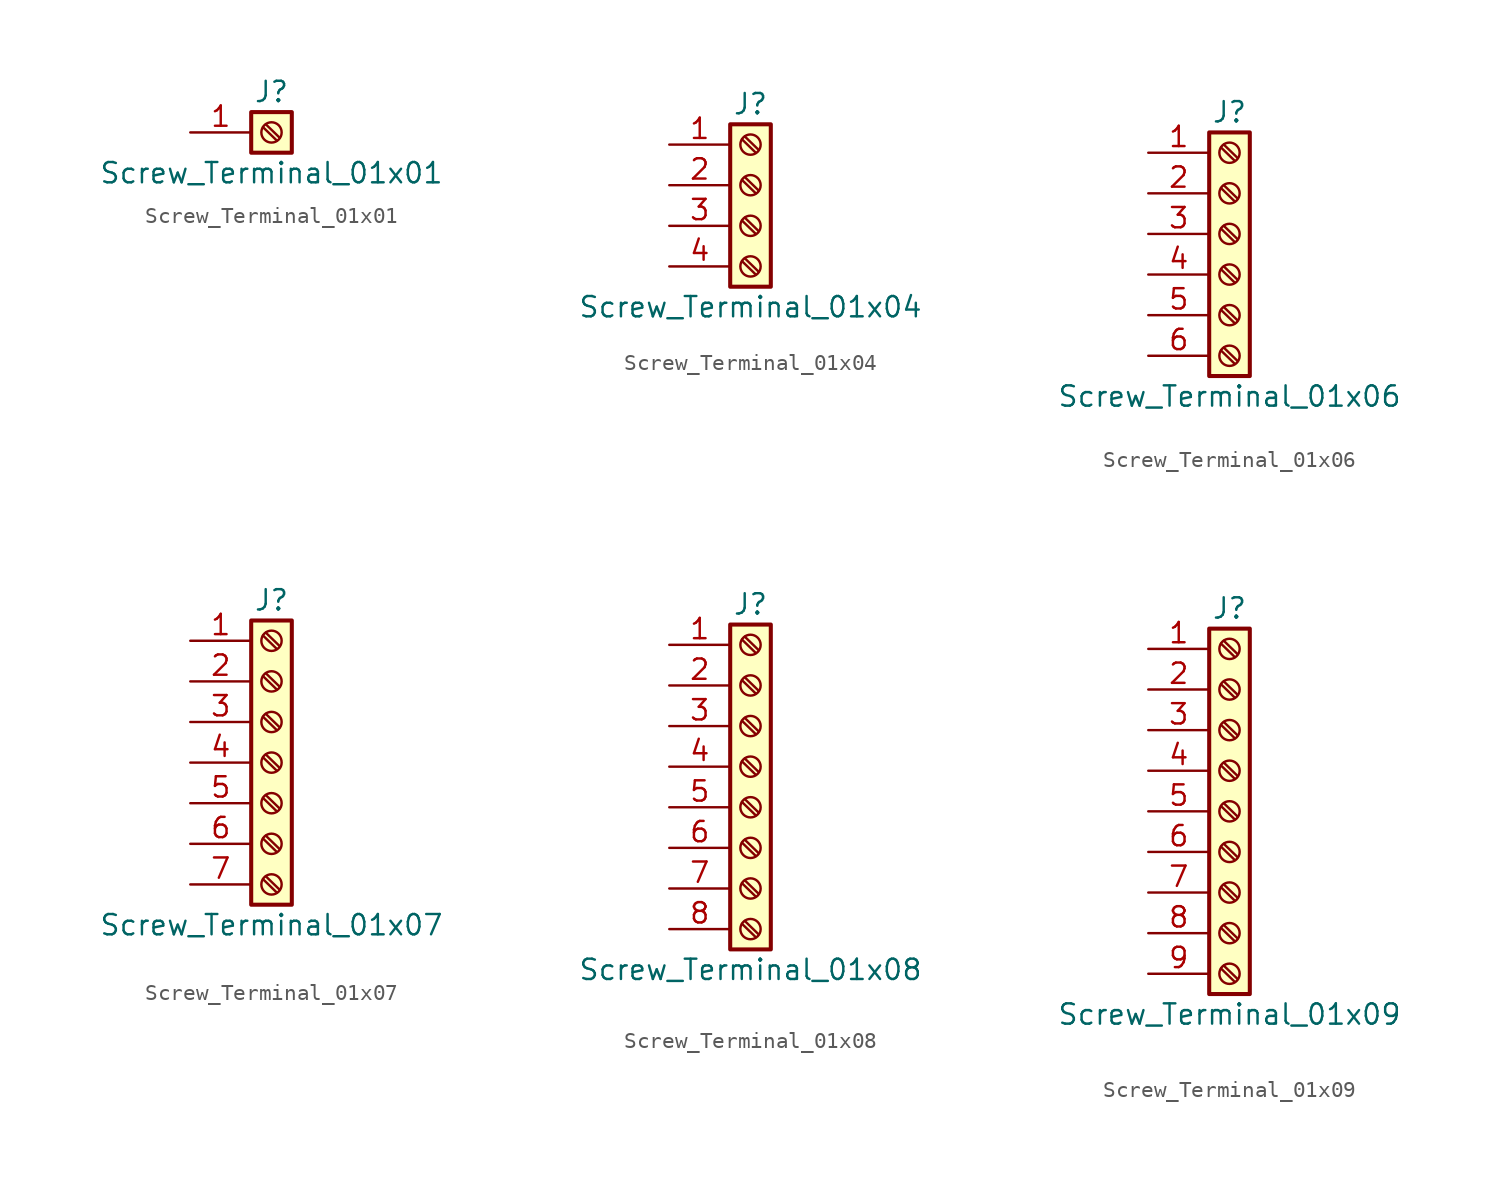
<source format=kicad_sym>
(kicad_symbol_lib
  (version 20201005)
  (generator kicad_symbol_editor)
  (symbol "Screw_Terminal_01x01"
    (pin_names
      (offset 1.016) hide)
    (property "Reference" "J"
      (at 0 2.54 0)
      (effects (font (size 1.27 1.27))))
    (property "Value" "Screw_Terminal_01x01"
      (at 0 -2.54 0)
      (effects (font (size 1.27 1.27))))
    (symbol "Screw_Terminal_01x01_1_1"
      (circle (center 0 0) (radius 0.635) (stroke (width 0.152)) (fill (type none)))
      (rectangle (start -1.27 1.27) (end 1.27 -1.27) (stroke (width 0.254)) (fill (type background)))
      (polyline (pts (xy -0.533 0.33) (xy 0.33 -0.508)) (stroke (width 0.152)) (fill (type none)))
      (polyline (pts (xy -0.356 0.508) (xy 0.508 -0.33)) (stroke (width 0.152)) (fill (type none)))
      (pin passive line (at -5.08 0 0) (length 3.81) (name "Pin_1" (effects (font (size 1.27 1.27)))) (number "1" (effects (font (size 1.27 1.27)))))))
  (symbol "Screw_Terminal_01x04"
    (pin_names
      (offset 1.016) hide)
    (property "Reference" "J"
      (at 0 5.08 0)
      (effects (font (size 1.27 1.27))))
    (property "Value" "Screw_Terminal_01x04"
      (at 0 -7.62 0)
      (effects (font (size 1.27 1.27))))
    (symbol "Screw_Terminal_01x04_1_1"
      (circle (center 0 -5.08) (radius 0.635) (stroke (width 0.152)) (fill (type none)))
      (circle (center 0 -2.54) (radius 0.635) (stroke (width 0.152)) (fill (type none)))
      (circle (center 0 0) (radius 0.635) (stroke (width 0.152)) (fill (type none)))
      (circle (center 0 2.54) (radius 0.635) (stroke (width 0.152)) (fill (type none)))
      (rectangle (start -1.27 3.81) (end 1.27 -6.35) (stroke (width 0.254)) (fill (type background)))
      (polyline (pts (xy -0.533 -4.75) (xy 0.33 -5.588)) (stroke (width 0.152)) (fill (type none)))
      (polyline (pts (xy -0.533 -2.21) (xy 0.33 -3.048)) (stroke (width 0.152)) (fill (type none)))
      (polyline (pts (xy -0.533 0.33) (xy 0.33 -0.508)) (stroke (width 0.152)) (fill (type none)))
      (polyline (pts (xy -0.533 2.87) (xy 0.33 2.032)) (stroke (width 0.152)) (fill (type none)))
      (polyline (pts (xy -0.356 -4.572) (xy 0.508 -5.41)) (stroke (width 0.152)) (fill (type none)))
      (polyline (pts (xy -0.356 -2.032) (xy 0.508 -2.87)) (stroke (width 0.152)) (fill (type none)))
      (polyline (pts (xy -0.356 0.508) (xy 0.508 -0.33)) (stroke (width 0.152)) (fill (type none)))
      (polyline (pts (xy -0.356 3.048) (xy 0.508 2.21)) (stroke (width 0.152)) (fill (type none)))
      (pin passive line (at -5.08 2.54 0) (length 3.81) (name "Pin_1" (effects (font (size 1.27 1.27)))) (number "1" (effects (font (size 1.27 1.27)))))
      (pin passive line (at -5.08 0 0) (length 3.81) (name "Pin_2" (effects (font (size 1.27 1.27)))) (number "2" (effects (font (size 1.27 1.27)))))
      (pin passive line (at -5.08 -2.54 0) (length 3.81) (name "Pin_3" (effects (font (size 1.27 1.27)))) (number "3" (effects (font (size 1.27 1.27)))))
      (pin passive line (at -5.08 -5.08 0) (length 3.81) (name "Pin_4" (effects (font (size 1.27 1.27)))) (number "4" (effects (font (size 1.27 1.27)))))))
  (symbol "Screw_Terminal_01x06"
    (pin_names
      (offset 1.016) hide)
    (property "Reference" "J"
      (at 0 7.62 0)
      (effects (font (size 1.27 1.27))))
    (property "Value" "Screw_Terminal_01x06"
      (at 0 -10.16 0)
      (effects (font (size 1.27 1.27))))
    (symbol "Screw_Terminal_01x06_1_1"
      (circle (center 0 -7.62) (radius 0.635) (stroke (width 0.152)) (fill (type none)))
      (circle (center 0 -5.08) (radius 0.635) (stroke (width 0.152)) (fill (type none)))
      (circle (center 0 -2.54) (radius 0.635) (stroke (width 0.152)) (fill (type none)))
      (circle (center 0 0) (radius 0.635) (stroke (width 0.152)) (fill (type none)))
      (circle (center 0 2.54) (radius 0.635) (stroke (width 0.152)) (fill (type none)))
      (circle (center 0 5.08) (radius 0.635) (stroke (width 0.152)) (fill (type none)))
      (rectangle (start -1.27 6.35) (end 1.27 -8.89) (stroke (width 0.254)) (fill (type background)))
      (polyline (pts (xy -0.533 -7.29) (xy 0.33 -8.128)) (stroke (width 0.152)) (fill (type none)))
      (polyline (pts (xy -0.533 -4.75) (xy 0.33 -5.588)) (stroke (width 0.152)) (fill (type none)))
      (polyline (pts (xy -0.533 -2.21) (xy 0.33 -3.048)) (stroke (width 0.152)) (fill (type none)))
      (polyline (pts (xy -0.533 0.33) (xy 0.33 -0.508)) (stroke (width 0.152)) (fill (type none)))
      (polyline (pts (xy -0.533 2.87) (xy 0.33 2.032)) (stroke (width 0.152)) (fill (type none)))
      (polyline (pts (xy -0.533 5.41) (xy 0.33 4.572)) (stroke (width 0.152)) (fill (type none)))
      (polyline (pts (xy -0.356 -7.112) (xy 0.508 -7.95)) (stroke (width 0.152)) (fill (type none)))
      (polyline (pts (xy -0.356 -4.572) (xy 0.508 -5.41)) (stroke (width 0.152)) (fill (type none)))
      (polyline (pts (xy -0.356 -2.032) (xy 0.508 -2.87)) (stroke (width 0.152)) (fill (type none)))
      (polyline (pts (xy -0.356 0.508) (xy 0.508 -0.33)) (stroke (width 0.152)) (fill (type none)))
      (polyline (pts (xy -0.356 3.048) (xy 0.508 2.21)) (stroke (width 0.152)) (fill (type none)))
      (polyline (pts (xy -0.356 5.588) (xy 0.508 4.75)) (stroke (width 0.152)) (fill (type none)))
      (pin passive line (at -5.08 5.08 0) (length 3.81) (name "Pin_1" (effects (font (size 1.27 1.27)))) (number "1" (effects (font (size 1.27 1.27)))))
      (pin passive line (at -5.08 2.54 0) (length 3.81) (name "Pin_2" (effects (font (size 1.27 1.27)))) (number "2" (effects (font (size 1.27 1.27)))))
      (pin passive line (at -5.08 0 0) (length 3.81) (name "Pin_3" (effects (font (size 1.27 1.27)))) (number "3" (effects (font (size 1.27 1.27)))))
      (pin passive line (at -5.08 -2.54 0) (length 3.81) (name "Pin_4" (effects (font (size 1.27 1.27)))) (number "4" (effects (font (size 1.27 1.27)))))
      (pin passive line (at -5.08 -5.08 0) (length 3.81) (name "Pin_5" (effects (font (size 1.27 1.27)))) (number "5" (effects (font (size 1.27 1.27)))))
      (pin passive line (at -5.08 -7.62 0) (length 3.81) (name "Pin_6" (effects (font (size 1.27 1.27)))) (number "6" (effects (font (size 1.27 1.27)))))))
  (symbol "Screw_Terminal_01x07"
    (pin_names
      (offset 1.016) hide)
    (property "Reference" "J"
      (at 0 10.16 0)
      (effects (font (size 1.27 1.27))))
    (property "Value" "Screw_Terminal_01x07"
      (at 0 -10.16 0)
      (effects (font (size 1.27 1.27))))
    (symbol "Screw_Terminal_01x07_1_1"
      (circle (center 0 -7.62) (radius 0.635) (stroke (width 0.152)) (fill (type none)))
      (circle (center 0 -5.08) (radius 0.635) (stroke (width 0.152)) (fill (type none)))
      (circle (center 0 -2.54) (radius 0.635) (stroke (width 0.152)) (fill (type none)))
      (circle (center 0 0) (radius 0.635) (stroke (width 0.152)) (fill (type none)))
      (circle (center 0 2.54) (radius 0.635) (stroke (width 0.152)) (fill (type none)))
      (circle (center 0 5.08) (radius 0.635) (stroke (width 0.152)) (fill (type none)))
      (circle (center 0 7.62) (radius 0.635) (stroke (width 0.152)) (fill (type none)))
      (rectangle (start -1.27 8.89) (end 1.27 -8.89) (stroke (width 0.254)) (fill (type background)))
      (polyline (pts (xy -0.533 -7.29) (xy 0.33 -8.128)) (stroke (width 0.152)) (fill (type none)))
      (polyline (pts (xy -0.533 -4.75) (xy 0.33 -5.588)) (stroke (width 0.152)) (fill (type none)))
      (polyline (pts (xy -0.533 -2.21) (xy 0.33 -3.048)) (stroke (width 0.152)) (fill (type none)))
      (polyline (pts (xy -0.533 0.33) (xy 0.33 -0.508)) (stroke (width 0.152)) (fill (type none)))
      (polyline (pts (xy -0.533 2.87) (xy 0.33 2.032)) (stroke (width 0.152)) (fill (type none)))
      (polyline (pts (xy -0.533 5.41) (xy 0.33 4.572)) (stroke (width 0.152)) (fill (type none)))
      (polyline (pts (xy -0.533 7.95) (xy 0.33 7.112)) (stroke (width 0.152)) (fill (type none)))
      (polyline (pts (xy -0.356 -7.112) (xy 0.508 -7.95)) (stroke (width 0.152)) (fill (type none)))
      (polyline (pts (xy -0.356 -4.572) (xy 0.508 -5.41)) (stroke (width 0.152)) (fill (type none)))
      (polyline (pts (xy -0.356 -2.032) (xy 0.508 -2.87)) (stroke (width 0.152)) (fill (type none)))
      (polyline (pts (xy -0.356 0.508) (xy 0.508 -0.33)) (stroke (width 0.152)) (fill (type none)))
      (polyline (pts (xy -0.356 3.048) (xy 0.508 2.21)) (stroke (width 0.152)) (fill (type none)))
      (polyline (pts (xy -0.356 5.588) (xy 0.508 4.75)) (stroke (width 0.152)) (fill (type none)))
      (polyline (pts (xy -0.356 8.128) (xy 0.508 7.29)) (stroke (width 0.152)) (fill (type none)))
      (pin passive line (at -5.08 7.62 0) (length 3.81) (name "Pin_1" (effects (font (size 1.27 1.27)))) (number "1" (effects (font (size 1.27 1.27)))))
      (pin passive line (at -5.08 5.08 0) (length 3.81) (name "Pin_2" (effects (font (size 1.27 1.27)))) (number "2" (effects (font (size 1.27 1.27)))))
      (pin passive line (at -5.08 2.54 0) (length 3.81) (name "Pin_3" (effects (font (size 1.27 1.27)))) (number "3" (effects (font (size 1.27 1.27)))))
      (pin passive line (at -5.08 0 0) (length 3.81) (name "Pin_4" (effects (font (size 1.27 1.27)))) (number "4" (effects (font (size 1.27 1.27)))))
      (pin passive line (at -5.08 -2.54 0) (length 3.81) (name "Pin_5" (effects (font (size 1.27 1.27)))) (number "5" (effects (font (size 1.27 1.27)))))
      (pin passive line (at -5.08 -5.08 0) (length 3.81) (name "Pin_6" (effects (font (size 1.27 1.27)))) (number "6" (effects (font (size 1.27 1.27)))))
      (pin passive line (at -5.08 -7.62 0) (length 3.81) (name "Pin_7" (effects (font (size 1.27 1.27)))) (number "7" (effects (font (size 1.27 1.27)))))))
  (symbol "Screw_Terminal_01x08"
    (pin_names
      (offset 1.016) hide)
    (property "Reference" "J"
      (at 0 10.16 0)
      (effects (font (size 1.27 1.27))))
    (property "Value" "Screw_Terminal_01x08"
      (at 0 -12.7 0)
      (effects (font (size 1.27 1.27))))
    (symbol "Screw_Terminal_01x08_1_1"
      (circle (center 0 -10.16) (radius 0.635) (stroke (width 0.152)) (fill (type none)))
      (circle (center 0 -7.62) (radius 0.635) (stroke (width 0.152)) (fill (type none)))
      (circle (center 0 -5.08) (radius 0.635) (stroke (width 0.152)) (fill (type none)))
      (circle (center 0 -2.54) (radius 0.635) (stroke (width 0.152)) (fill (type none)))
      (circle (center 0 0) (radius 0.635) (stroke (width 0.152)) (fill (type none)))
      (circle (center 0 2.54) (radius 0.635) (stroke (width 0.152)) (fill (type none)))
      (circle (center 0 5.08) (radius 0.635) (stroke (width 0.152)) (fill (type none)))
      (circle (center 0 7.62) (radius 0.635) (stroke (width 0.152)) (fill (type none)))
      (rectangle (start -1.27 8.89) (end 1.27 -11.43) (stroke (width 0.254)) (fill (type background)))
      (polyline (pts (xy -0.533 -9.83) (xy 0.33 -10.668)) (stroke (width 0.152)) (fill (type none)))
      (polyline (pts (xy -0.533 -7.29) (xy 0.33 -8.128)) (stroke (width 0.152)) (fill (type none)))
      (polyline (pts (xy -0.533 -4.75) (xy 0.33 -5.588)) (stroke (width 0.152)) (fill (type none)))
      (polyline (pts (xy -0.533 -2.21) (xy 0.33 -3.048)) (stroke (width 0.152)) (fill (type none)))
      (polyline (pts (xy -0.533 0.33) (xy 0.33 -0.508)) (stroke (width 0.152)) (fill (type none)))
      (polyline (pts (xy -0.533 2.87) (xy 0.33 2.032)) (stroke (width 0.152)) (fill (type none)))
      (polyline (pts (xy -0.533 5.41) (xy 0.33 4.572)) (stroke (width 0.152)) (fill (type none)))
      (polyline (pts (xy -0.533 7.95) (xy 0.33 7.112)) (stroke (width 0.152)) (fill (type none)))
      (polyline (pts (xy -0.356 -9.652) (xy 0.508 -10.49)) (stroke (width 0.152)) (fill (type none)))
      (polyline (pts (xy -0.356 -7.112) (xy 0.508 -7.95)) (stroke (width 0.152)) (fill (type none)))
      (polyline (pts (xy -0.356 -4.572) (xy 0.508 -5.41)) (stroke (width 0.152)) (fill (type none)))
      (polyline (pts (xy -0.356 -2.032) (xy 0.508 -2.87)) (stroke (width 0.152)) (fill (type none)))
      (polyline (pts (xy -0.356 0.508) (xy 0.508 -0.33)) (stroke (width 0.152)) (fill (type none)))
      (polyline (pts (xy -0.356 3.048) (xy 0.508 2.21)) (stroke (width 0.152)) (fill (type none)))
      (polyline (pts (xy -0.356 5.588) (xy 0.508 4.75)) (stroke (width 0.152)) (fill (type none)))
      (polyline (pts (xy -0.356 8.128) (xy 0.508 7.29)) (stroke (width 0.152)) (fill (type none)))
      (pin passive line (at -5.08 7.62 0) (length 3.81) (name "Pin_1" (effects (font (size 1.27 1.27)))) (number "1" (effects (font (size 1.27 1.27)))))
      (pin passive line (at -5.08 5.08 0) (length 3.81) (name "Pin_2" (effects (font (size 1.27 1.27)))) (number "2" (effects (font (size 1.27 1.27)))))
      (pin passive line (at -5.08 2.54 0) (length 3.81) (name "Pin_3" (effects (font (size 1.27 1.27)))) (number "3" (effects (font (size 1.27 1.27)))))
      (pin passive line (at -5.08 0 0) (length 3.81) (name "Pin_4" (effects (font (size 1.27 1.27)))) (number "4" (effects (font (size 1.27 1.27)))))
      (pin passive line (at -5.08 -2.54 0) (length 3.81) (name "Pin_5" (effects (font (size 1.27 1.27)))) (number "5" (effects (font (size 1.27 1.27)))))
      (pin passive line (at -5.08 -5.08 0) (length 3.81) (name "Pin_6" (effects (font (size 1.27 1.27)))) (number "6" (effects (font (size 1.27 1.27)))))
      (pin passive line (at -5.08 -7.62 0) (length 3.81) (name "Pin_7" (effects (font (size 1.27 1.27)))) (number "7" (effects (font (size 1.27 1.27)))))
      (pin passive line (at -5.08 -10.16 0) (length 3.81) (name "Pin_8" (effects (font (size 1.27 1.27)))) (number "8" (effects (font (size 1.27 1.27)))))))
  (symbol "Screw_Terminal_01x09"
    (pin_names
      (offset 1.016) hide)
    (property "Reference" "J"
      (at 0 12.7 0)
      (effects (font (size 1.27 1.27))))
    (property "Value" "Screw_Terminal_01x09"
      (at 0 -12.7 0)
      (effects (font (size 1.27 1.27))))
    (symbol "Screw_Terminal_01x09_1_1"
      (circle (center 0 -10.16) (radius 0.635) (stroke (width 0.152)) (fill (type none)))
      (circle (center 0 -7.62) (radius 0.635) (stroke (width 0.152)) (fill (type none)))
      (circle (center 0 -5.08) (radius 0.635) (stroke (width 0.152)) (fill (type none)))
      (circle (center 0 -2.54) (radius 0.635) (stroke (width 0.152)) (fill (type none)))
      (circle (center 0 0) (radius 0.635) (stroke (width 0.152)) (fill (type none)))
      (circle (center 0 2.54) (radius 0.635) (stroke (width 0.152)) (fill (type none)))
      (circle (center 0 5.08) (radius 0.635) (stroke (width 0.152)) (fill (type none)))
      (circle (center 0 7.62) (radius 0.635) (stroke (width 0.152)) (fill (type none)))
      (circle (center 0 10.16) (radius 0.635) (stroke (width 0.152)) (fill (type none)))
      (rectangle (start -1.27 11.43) (end 1.27 -11.43) (stroke (width 0.254)) (fill (type background)))
      (polyline (pts (xy -0.533 -9.83) (xy 0.33 -10.668)) (stroke (width 0.152)) (fill (type none)))
      (polyline (pts (xy -0.533 -7.29) (xy 0.33 -8.128)) (stroke (width 0.152)) (fill (type none)))
      (polyline (pts (xy -0.533 -4.75) (xy 0.33 -5.588)) (stroke (width 0.152)) (fill (type none)))
      (polyline (pts (xy -0.533 -2.21) (xy 0.33 -3.048)) (stroke (width 0.152)) (fill (type none)))
      (polyline (pts (xy -0.533 0.33) (xy 0.33 -0.508)) (stroke (width 0.152)) (fill (type none)))
      (polyline (pts (xy -0.533 2.87) (xy 0.33 2.032)) (stroke (width 0.152)) (fill (type none)))
      (polyline (pts (xy -0.533 5.41) (xy 0.33 4.572)) (stroke (width 0.152)) (fill (type none)))
      (polyline (pts (xy -0.533 7.95) (xy 0.33 7.112)) (stroke (width 0.152)) (fill (type none)))
      (polyline (pts (xy -0.533 10.49) (xy 0.33 9.652)) (stroke (width 0.152)) (fill (type none)))
      (polyline (pts (xy -0.356 -9.652) (xy 0.508 -10.49)) (stroke (width 0.152)) (fill (type none)))
      (polyline (pts (xy -0.356 -7.112) (xy 0.508 -7.95)) (stroke (width 0.152)) (fill (type none)))
      (polyline (pts (xy -0.356 -4.572) (xy 0.508 -5.41)) (stroke (width 0.152)) (fill (type none)))
      (polyline (pts (xy -0.356 -2.032) (xy 0.508 -2.87)) (stroke (width 0.152)) (fill (type none)))
      (polyline (pts (xy -0.356 0.508) (xy 0.508 -0.33)) (stroke (width 0.152)) (fill (type none)))
      (polyline (pts (xy -0.356 3.048) (xy 0.508 2.21)) (stroke (width 0.152)) (fill (type none)))
      (polyline (pts (xy -0.356 5.588) (xy 0.508 4.75)) (stroke (width 0.152)) (fill (type none)))
      (polyline (pts (xy -0.356 8.128) (xy 0.508 7.29)) (stroke (width 0.152)) (fill (type none)))
      (polyline (pts (xy -0.356 10.668) (xy 0.508 9.83)) (stroke (width 0.152)) (fill (type none)))
      (pin passive line (at -5.08 10.16 0) (length 3.81) (name "Pin_1" (effects (font (size 1.27 1.27)))) (number "1" (effects (font (size 1.27 1.27)))))
      (pin passive line (at -5.08 7.62 0) (length 3.81) (name "Pin_2" (effects (font (size 1.27 1.27)))) (number "2" (effects (font (size 1.27 1.27)))))
      (pin passive line (at -5.08 5.08 0) (length 3.81) (name "Pin_3" (effects (font (size 1.27 1.27)))) (number "3" (effects (font (size 1.27 1.27)))))
      (pin passive line (at -5.08 2.54 0) (length 3.81) (name "Pin_4" (effects (font (size 1.27 1.27)))) (number "4" (effects (font (size 1.27 1.27)))))
      (pin passive line (at -5.08 0 0) (length 3.81) (name "Pin_5" (effects (font (size 1.27 1.27)))) (number "5" (effects (font (size 1.27 1.27)))))
      (pin passive line (at -5.08 -2.54 0) (length 3.81) (name "Pin_6" (effects (font (size 1.27 1.27)))) (number "6" (effects (font (size 1.27 1.27)))))
      (pin passive line (at -5.08 -5.08 0) (length 3.81) (name "Pin_7" (effects (font (size 1.27 1.27)))) (number "7" (effects (font (size 1.27 1.27)))))
      (pin passive line (at -5.08 -7.62 0) (length 3.81) (name "Pin_8" (effects (font (size 1.27 1.27)))) (number "8" (effects (font (size 1.27 1.27)))))
      (pin passive line (at -5.08 -10.16 0) (length 3.81) (name "Pin_9" (effects (font (size 1.27 1.27)))) (number "9" (effects (font (size 1.27 1.27))))))))
</source>
